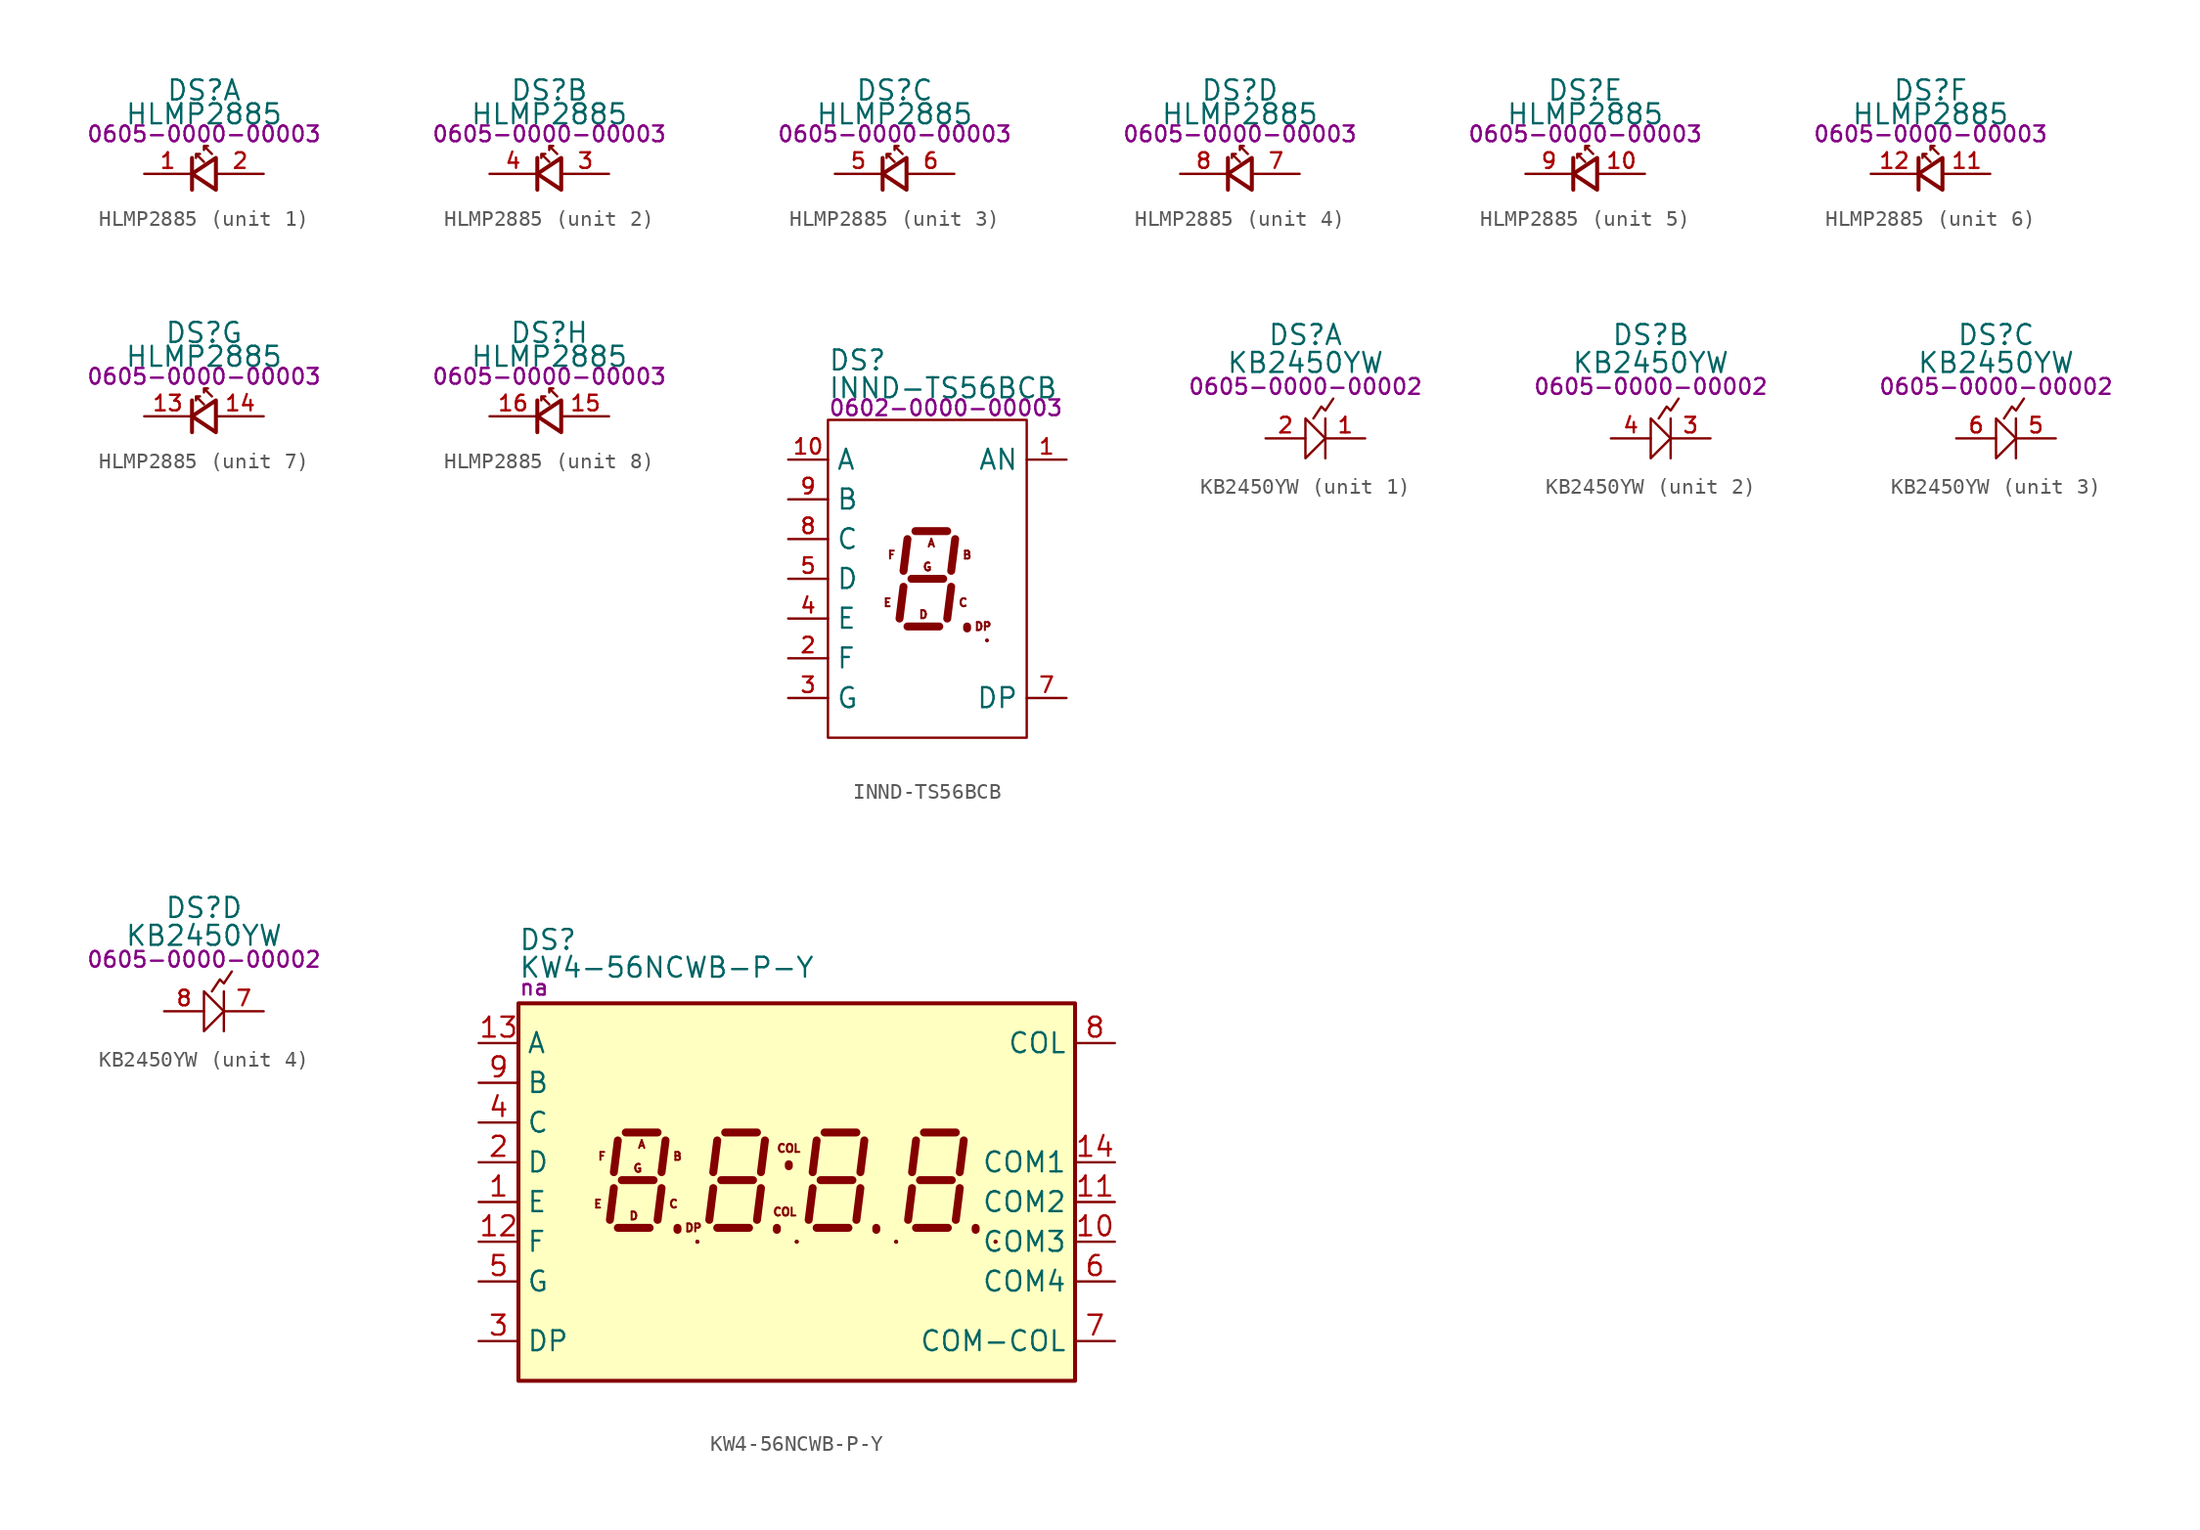
<source format=kicad_sym>
(kicad_symbol_lib
  (version 20231120)
  (generator "kicad_symbol_editor")
  (generator_version "8.0")
  (symbol "HLMP2885"
    (pin_names hide)
    (property "Reference" "DS"
      (at 1.27 5.334 0)
      (effects (font (size 1.27 1.27))))
    (property "Value" "HLMP2885"
      (at 1.27 3.81 0)
      (effects (font (size 1.27 1.27))))
    (property "PartNumber" "0605-0000-00003"
      (at 1.27 2.54 0)
      (effects (font (size 1 1))))
    (property "ki_locked" ""
      (at 0 0 0)
      (effects (font (size 1.27 1.27))))
    (symbol "HLMP2885_0_1"
      (polyline (pts (xy 0.508 -1.016) (xy 0.508 1.016)) (stroke (width 0.254) (type default)) (fill (type none)))
      (polyline (pts (xy 2.032 -1.016) (xy 0.508 0) (xy 2.032 1.016) (xy 2.032 -1.016)) (stroke (width 0.254) (type default)) (fill (type none)))
      (polyline (pts (xy 1.27 0.762) (xy 0.762 1.27) (xy 1.016 1.27) (xy 0.762 1.27) (xy 0.762 1.016)) (stroke (width 0) (type default)) (fill (type none)))
      (polyline (pts (xy 1.778 1.27) (xy 1.27 1.778) (xy 1.524 1.778) (xy 1.27 1.778) (xy 1.27 1.524)) (stroke (width 0) (type default)) (fill (type none))))
    (symbol "HLMP2885_1_0"
      (pin passive line (at -2.54 0 0) (length 3) (name "1K" (effects (font (size 1.27 1.27)))) (number "1" (effects (font (size 0.991 0.991)))))
      (pin passive line (at 5.08 0 180) (length 3) (name "1A" (effects (font (size 1.27 1.27)))) (number "2" (effects (font (size 0.991 0.991))))))
    (symbol "HLMP2885_2_0"
      (pin passive line (at 5.08 0 180) (length 3) (name "2A" (effects (font (size 1.27 1.27)))) (number "3" (effects (font (size 0.991 0.991)))))
      (pin passive line (at -2.54 0 0) (length 3) (name "2K" (effects (font (size 1.27 1.27)))) (number "4" (effects (font (size 0.991 0.991))))))
    (symbol "HLMP2885_3_0"
      (pin passive line (at -2.54 0 0) (length 3) (name "3K" (effects (font (size 1.27 1.27)))) (number "5" (effects (font (size 0.991 0.991)))))
      (pin passive line (at 5.08 0 180) (length 3) (name "3A" (effects (font (size 1.27 1.27)))) (number "6" (effects (font (size 0.991 0.991))))))
    (symbol "HLMP2885_4_0"
      (pin passive line (at 5.08 0 180) (length 3) (name "4A" (effects (font (size 1.27 1.27)))) (number "7" (effects (font (size 0.991 0.991)))))
      (pin passive line (at -2.54 0 0) (length 3) (name "4K" (effects (font (size 1.27 1.27)))) (number "8" (effects (font (size 0.991 0.991))))))
    (symbol "HLMP2885_5_0"
      (pin passive line (at 5.08 0 180) (length 3) (name "5A" (effects (font (size 1.27 1.27)))) (number "10" (effects (font (size 0.991 0.991)))))
      (pin passive line (at -2.54 0 0) (length 3) (name "5K" (effects (font (size 1.27 1.27)))) (number "9" (effects (font (size 0.991 0.991))))))
    (symbol "HLMP2885_6_0"
      (pin passive line (at 5.08 0 180) (length 3) (name "6A" (effects (font (size 1.27 1.27)))) (number "11" (effects (font (size 0.991 0.991)))))
      (pin passive line (at -2.54 0 0) (length 3) (name "6K" (effects (font (size 1.27 1.27)))) (number "12" (effects (font (size 0.991 0.991))))))
    (symbol "HLMP2885_7_0"
      (pin passive line (at -2.54 0 0) (length 3) (name "7K" (effects (font (size 1.27 1.27)))) (number "13" (effects (font (size 0.991 0.991)))))
      (pin passive line (at 5.08 0 180) (length 3) (name "7A" (effects (font (size 1.27 1.27)))) (number "14" (effects (font (size 0.991 0.991))))))
    (symbol "HLMP2885_8_0"
      (pin passive line (at 5.08 0 180) (length 3) (name "8A" (effects (font (size 1.27 1.27)))) (number "15" (effects (font (size 0.991 0.991)))))
      (pin passive line (at -2.54 0 0) (length 3) (name "8K" (effects (font (size 1.27 1.27)))) (number "16" (effects (font (size 0.991 0.991)))))))
  (symbol "INND-TS56BCB"
    (property "Reference" "DS"
      (at 0 3.81 0)
      (effects (font (size 1.27 1.27)) (justify left)))
    (property "Value" "INND-TS56BCB"
      (at 0 2.032 0)
      (effects (font (size 1.27 1.27)) (justify left)))
    (property "PartNumber" "0602-0000-00003"
      (at 0 0.762 0)
      (effects (font (size 1 1)) (justify left)))
    (symbol "INND-TS56BCB_0_0"
      (pin power_in line (at 15.24 -2.54 180) (length 2.54) (name "AN" (effects (font (size 1.27 1.27)))) (number "1" (effects (font (size 0.991 0.991)))))
      (pin input line (at -2.54 -2.54 0) (length 2.54) (name "A" (effects (font (size 1.27 1.27)))) (number "10" (effects (font (size 0.991 0.991)))))
      (pin input line (at -2.54 -15.24 0) (length 2.54) (name "F" (effects (font (size 1.27 1.27)))) (number "2" (effects (font (size 0.991 0.991)))))
      (pin input line (at -2.54 -17.78 0) (length 2.54) (name "G" (effects (font (size 1.27 1.27)))) (number "3" (effects (font (size 0.991 0.991)))))
      (pin input line (at -2.54 -12.7 0) (length 2.54) (name "E" (effects (font (size 1.27 1.27)))) (number "4" (effects (font (size 0.991 0.991)))))
      (pin input line (at -2.54 -10.16 0) (length 2.54) (name "D" (effects (font (size 1.27 1.27)))) (number "5" (effects (font (size 0.991 0.991)))))
      (pin power_in line (at 15.24 -2.54 180) (length 2.54) hide (name "AN" (effects (font (size 1.27 1.27)))) (number "6" (effects (font (size 0.991 0.991)))))
      (pin input line (at 15.24 -17.78 180) (length 2.54) (name "DP" (effects (font (size 1.27 1.27)))) (number "7" (effects (font (size 0.991 0.991)))))
      (pin input line (at -2.54 -7.62 0) (length 2.54) (name "C" (effects (font (size 1.27 1.27)))) (number "8" (effects (font (size 0.991 0.991)))))
      (pin input line (at -2.54 -5.08 0) (length 2.54) (name "B" (effects (font (size 1.27 1.27)))) (number "9" (effects (font (size 0.991 0.991))))))
    (symbol "INND-TS56BCB_0_1"
      (polyline (pts (xy 10.16 -14.097) (xy 10.16 -14.097)) (stroke (width 0.254) (type default)) (fill (type none)))
      (rectangle (start 0 0) (end 12.7 -20.32) (stroke (width 0) (type default)) (fill (type none))))
    (symbol "INND-TS56BCB_1_0"
      (text "A" (at 6.604 -7.874 0) (effects (font (size 0.508 0.508))))
      (text "B" (at 8.89 -8.636 0) (effects (font (size 0.508 0.508))))
      (text "C" (at 8.636 -11.684 0) (effects (font (size 0.508 0.508))))
      (text "D" (at 6.096 -12.446 0) (effects (font (size 0.508 0.508))))
      (text "DP" (at 9.906 -13.208 0) (effects (font (size 0.508 0.508))))
      (text "E" (at 3.81 -11.684 0) (effects (font (size 0.508 0.508))))
      (text "F" (at 4.064 -8.636 0) (effects (font (size 0.508 0.508))))
      (text "G" (at 6.35 -9.398 0) (effects (font (size 0.508 0.508)))))
    (symbol "INND-TS56BCB_1_1"
      (polyline (pts (xy 4.826 -10.668) (xy 4.572 -12.7)) (stroke (width 0.508) (type default)) (fill (type none)))
      (polyline (pts (xy 5.08 -13.208) (xy 7.112 -13.208)) (stroke (width 0.508) (type default)) (fill (type none)))
      (polyline (pts (xy 5.08 -7.62) (xy 4.826 -9.652)) (stroke (width 0.508) (type default)) (fill (type none)))
      (polyline (pts (xy 5.334 -10.16) (xy 7.366 -10.16)) (stroke (width 0.508) (type default)) (fill (type none)))
      (polyline (pts (xy 5.588 -7.112) (xy 7.62 -7.112)) (stroke (width 0.508) (type default)) (fill (type none)))
      (polyline (pts (xy 7.874 -10.668) (xy 7.62 -12.7)) (stroke (width 0.508) (type default)) (fill (type none)))
      (polyline (pts (xy 8.128 -7.62) (xy 7.874 -9.652)) (stroke (width 0.508) (type default)) (fill (type none)))
      (polyline (pts (xy 8.89 -13.335) (xy 8.89 -13.208)) (stroke (width 0.508) (type default)) (fill (type none)))))
  (symbol "KB2450YW"
    (property "Reference" "DS"
      (at 0 6.604 0)
      (effects (font (size 1.27 1.27))))
    (property "Value" "KB2450YW"
      (at 0 4.826 0)
      (effects (font (size 1.27 1.27))))
    (property "PartNumber" "0605-0000-00002"
      (at 0 3.302 0)
      (effects (font (size 1 1))))
    (property "ki_locked" ""
      (at 0 0 0)
      (effects (font (size 1.27 1.27))))
    (symbol "KB2450YW_1_0"
      (pin passive line (at 3.81 0 180) (length 2.54) (name "1K" (effects (font (size 0 0)))) (number "1" (effects (font (size 0.991 0.991)))))
      (pin passive line (at -2.54 0 0) (length 2.54) (name "1A" (effects (font (size 0 0)))) (number "2" (effects (font (size 0.991 0.991))))))
    (symbol "KB2450YW_1_1"
      (polyline (pts (xy 1.27 1.27) (xy 1.27 -1.27)) (stroke (width 0) (type default)) (fill (type none)))
      (polyline (pts (xy 0 1.27) (xy 0 -1.27) (xy 1.27 0) (xy 0 1.27)) (stroke (width 0) (type default)) (fill (type none)))
      (polyline (pts (xy 0.508 1.27) (xy 1.016 2.032) (xy 1.27 1.778) (xy 1.778 2.54)) (stroke (width 0) (type default)) (fill (type none))))
    (symbol "KB2450YW_2_0"
      (pin passive line (at 3.81 0 180) (length 2.54) (name "2K" (effects (font (size 0 0)))) (number "3" (effects (font (size 0.991 0.991)))))
      (pin passive line (at -2.54 0 0) (length 2.54) (name "2A" (effects (font (size 0 0)))) (number "4" (effects (font (size 0.991 0.991))))))
    (symbol "KB2450YW_2_1"
      (polyline (pts (xy 1.27 1.27) (xy 1.27 -1.27)) (stroke (width 0) (type default)) (fill (type none)))
      (polyline (pts (xy 0 1.27) (xy 0 -1.27) (xy 1.27 0) (xy 0 1.27)) (stroke (width 0) (type default)) (fill (type none)))
      (polyline (pts (xy 0.508 1.27) (xy 1.016 2.032) (xy 1.27 1.778) (xy 1.778 2.54)) (stroke (width 0) (type default)) (fill (type none))))
    (symbol "KB2450YW_3_0"
      (pin passive line (at 3.81 0 180) (length 2.54) (name "3K" (effects (font (size 0 0)))) (number "5" (effects (font (size 0.991 0.991)))))
      (pin passive line (at -2.54 0 0) (length 2.54) (name "3A" (effects (font (size 0 0)))) (number "6" (effects (font (size 0.991 0.991))))))
    (symbol "KB2450YW_3_1"
      (polyline (pts (xy 1.27 1.27) (xy 1.27 -1.27)) (stroke (width 0) (type default)) (fill (type none)))
      (polyline (pts (xy 0 1.27) (xy 0 -1.27) (xy 1.27 0) (xy 0 1.27)) (stroke (width 0) (type default)) (fill (type none)))
      (polyline (pts (xy 0.508 1.27) (xy 1.016 2.032) (xy 1.27 1.778) (xy 1.778 2.54)) (stroke (width 0) (type default)) (fill (type none))))
    (symbol "KB2450YW_4_0"
      (pin passive line (at 3.81 0 180) (length 2.54) (name "4K" (effects (font (size 0 0)))) (number "7" (effects (font (size 0.991 0.991)))))
      (pin passive line (at -2.54 0 0) (length 2.54) (name "4A" (effects (font (size 0 0)))) (number "8" (effects (font (size 0.991 0.991))))))
    (symbol "KB2450YW_4_1"
      (polyline (pts (xy 1.27 1.27) (xy 1.27 -1.27)) (stroke (width 0) (type default)) (fill (type none)))
      (polyline (pts (xy 0 1.27) (xy 0 -1.27) (xy 1.27 0) (xy 0 1.27)) (stroke (width 0) (type default)) (fill (type none)))
      (polyline (pts (xy 0.508 1.27) (xy 1.016 2.032) (xy 1.27 1.778) (xy 1.778 2.54)) (stroke (width 0) (type default)) (fill (type none)))))
  (symbol "KW4-56NCWB-P-Y"
    (property "Reference" "DS"
      (at -17.78 15.494 0)
      (effects (font (size 1.27 1.27)) (justify left)))
    (property "Value" "KW4-56NCWB-P-Y"
      (at -17.78 13.716 0)
      (effects (font (size 1.27 1.27)) (justify left)))
    (property "PartNumber" "na"
      (at -17.78 12.446 0)
      (effects (font (size 1 1)) (justify left)))
    (symbol "KW4-56NCWB-P-Y_0_0"
      (pin input line (at 20.32 -3.81 180) (length 2.54) (name "COM3" (effects (font (size 1.27 1.27)))) (number "10" (effects (font (size 1.27 1.27)))))
      (pin input line (at -20.32 -3.81 0) (length 2.54) (name "F" (effects (font (size 1.27 1.27)))) (number "12" (effects (font (size 1.27 1.27)))))
      (pin input line (at -20.32 8.89 0) (length 2.54) (name "A" (effects (font (size 1.27 1.27)))) (number "13" (effects (font (size 1.27 1.27))))))
    (symbol "KW4-56NCWB-P-Y_0_1"
      (rectangle (start -17.78 11.43) (end 17.78 -12.7) (stroke (width 0.254) (type default)) (fill (type background)))
      (rectangle (start -6.35 -3.81) (end -6.35 -3.81) (stroke (width 0.254) (type default)) (fill (type none)))
      (rectangle (start 0 -3.81) (end 0 -3.81) (stroke (width 0.254) (type default)) (fill (type none)))
      (polyline (pts (xy -6.35 -3.81) (xy -6.35 -3.81)) (stroke (width 0.254) (type default)) (fill (type none)))
      (polyline (pts (xy 0 -3.81) (xy 0 -3.81)) (stroke (width 0.254) (type default)) (fill (type none)))
      (polyline (pts (xy 6.35 -3.81) (xy 6.35 -3.81)) (stroke (width 0.254) (type default)) (fill (type none)))
      (polyline (pts (xy 12.7 -3.81) (xy 12.7 -3.81)) (stroke (width 0.254) (type default)) (fill (type none)))
      (rectangle (start 6.35 -3.81) (end 6.35 -3.81) (stroke (width 0.254) (type default)) (fill (type none)))
      (rectangle (start 12.7 -3.81) (end 12.7 -3.81) (stroke (width 0.254) (type default)) (fill (type none))))
    (symbol "KW4-56NCWB-P-Y_1_0"
      (text "A" (at -9.906 2.413 0) (effects (font (size 0.508 0.508))))
      (text "B" (at -7.62 1.651 0) (effects (font (size 0.508 0.508))))
      (text "C" (at -7.874 -1.397 0) (effects (font (size 0.508 0.508))))
      (text "COL" (at -0.762 -1.905 0) (effects (font (size 0.508 0.508))))
      (text "COL" (at -0.508 2.159 0) (effects (font (size 0.508 0.508))))
      (text "D" (at -10.414 -2.159 0) (effects (font (size 0.508 0.508))))
      (text "DP" (at -6.604 -2.921 0) (effects (font (size 0.508 0.508))))
      (text "E" (at -12.7 -1.397 0) (effects (font (size 0.508 0.508))))
      (text "F" (at -12.446 1.651 0) (effects (font (size 0.508 0.508))))
      (text "G" (at -10.16 0.889 0) (effects (font (size 0.508 0.508)))))
    (symbol "KW4-56NCWB-P-Y_1_1"
      (polyline (pts (xy -11.684 -0.381) (xy -11.938 -2.413)) (stroke (width 0.508) (type default)) (fill (type none)))
      (polyline (pts (xy -11.43 -2.921) (xy -9.398 -2.921)) (stroke (width 0.508) (type default)) (fill (type none)))
      (polyline (pts (xy -11.43 2.667) (xy -11.684 0.635)) (stroke (width 0.508) (type default)) (fill (type none)))
      (polyline (pts (xy -11.176 0.127) (xy -9.144 0.127)) (stroke (width 0.508) (type default)) (fill (type none)))
      (polyline (pts (xy -10.922 3.175) (xy -8.89 3.175)) (stroke (width 0.508) (type default)) (fill (type none)))
      (polyline (pts (xy -8.636 -0.381) (xy -8.89 -2.413)) (stroke (width 0.508) (type default)) (fill (type none)))
      (polyline (pts (xy -8.382 2.667) (xy -8.636 0.635)) (stroke (width 0.508) (type default)) (fill (type none)))
      (polyline (pts (xy -7.62 -3.048) (xy -7.62 -2.921)) (stroke (width 0.508) (type default)) (fill (type none)))
      (polyline (pts (xy -5.334 -0.381) (xy -5.588 -2.413)) (stroke (width 0.508) (type default)) (fill (type none)))
      (polyline (pts (xy -5.08 -2.921) (xy -3.048 -2.921)) (stroke (width 0.508) (type default)) (fill (type none)))
      (polyline (pts (xy -5.08 2.667) (xy -5.334 0.635)) (stroke (width 0.508) (type default)) (fill (type none)))
      (polyline (pts (xy -4.826 0.127) (xy -2.794 0.127)) (stroke (width 0.508) (type default)) (fill (type none)))
      (polyline (pts (xy -4.572 3.175) (xy -2.54 3.175)) (stroke (width 0.508) (type default)) (fill (type none)))
      (polyline (pts (xy -2.286 -0.381) (xy -2.54 -2.413)) (stroke (width 0.508) (type default)) (fill (type none)))
      (polyline (pts (xy -2.032 2.667) (xy -2.286 0.635)) (stroke (width 0.508) (type default)) (fill (type none)))
      (polyline (pts (xy -1.27 -3.048) (xy -1.27 -2.921)) (stroke (width 0.508) (type default)) (fill (type none)))
      (polyline (pts (xy -0.508 1.016) (xy -0.508 1.143)) (stroke (width 0.508) (type default)) (fill (type none)))
      (polyline (pts (xy 1.016 -0.381) (xy 0.762 -2.413)) (stroke (width 0.508) (type default)) (fill (type none)))
      (polyline (pts (xy 1.27 -2.921) (xy 3.302 -2.921)) (stroke (width 0.508) (type default)) (fill (type none)))
      (polyline (pts (xy 1.27 2.667) (xy 1.016 0.635)) (stroke (width 0.508) (type default)) (fill (type none)))
      (polyline (pts (xy 1.524 0.127) (xy 3.556 0.127)) (stroke (width 0.508) (type default)) (fill (type none)))
      (polyline (pts (xy 1.778 3.175) (xy 3.81 3.175)) (stroke (width 0.508) (type default)) (fill (type none)))
      (polyline (pts (xy 4.064 -0.381) (xy 3.81 -2.413)) (stroke (width 0.508) (type default)) (fill (type none)))
      (polyline (pts (xy 4.318 2.667) (xy 4.064 0.635)) (stroke (width 0.508) (type default)) (fill (type none)))
      (polyline (pts (xy 5.08 -3.048) (xy 5.08 -2.921)) (stroke (width 0.508) (type default)) (fill (type none)))
      (polyline (pts (xy 7.366 -0.381) (xy 7.112 -2.413)) (stroke (width 0.508) (type default)) (fill (type none)))
      (polyline (pts (xy 7.62 -2.921) (xy 9.652 -2.921)) (stroke (width 0.508) (type default)) (fill (type none)))
      (polyline (pts (xy 7.62 2.667) (xy 7.366 0.635)) (stroke (width 0.508) (type default)) (fill (type none)))
      (polyline (pts (xy 7.874 0.127) (xy 9.906 0.127)) (stroke (width 0.508) (type default)) (fill (type none)))
      (polyline (pts (xy 8.128 3.175) (xy 10.16 3.175)) (stroke (width 0.508) (type default)) (fill (type none)))
      (polyline (pts (xy 10.414 -0.381) (xy 10.16 -2.413)) (stroke (width 0.508) (type default)) (fill (type none)))
      (polyline (pts (xy 10.668 2.667) (xy 10.414 0.635)) (stroke (width 0.508) (type default)) (fill (type none)))
      (polyline (pts (xy 11.43 -3.048) (xy 11.43 -2.921)) (stroke (width 0.508) (type default)) (fill (type none)))
      (pin input line (at -20.32 -1.27 0) (length 2.54) (name "E" (effects (font (size 1.27 1.27)))) (number "1" (effects (font (size 1.27 1.27)))))
      (pin input line (at 20.32 -1.27 180) (length 2.54) (name "COM2" (effects (font (size 1.27 1.27)))) (number "11" (effects (font (size 1.27 1.27)))))
      (pin input line (at 20.32 1.27 180) (length 2.54) (name "COM1" (effects (font (size 1.27 1.27)))) (number "14" (effects (font (size 1.27 1.27)))))
      (pin input line (at -20.32 1.27 0) (length 2.54) (name "D" (effects (font (size 1.27 1.27)))) (number "2" (effects (font (size 1.27 1.27)))))
      (pin input line (at -20.32 -10.16 0) (length 2.54) (name "DP" (effects (font (size 1.27 1.27)))) (number "3" (effects (font (size 1.27 1.27)))))
      (pin input line (at -20.32 3.81 0) (length 2.54) (name "C" (effects (font (size 1.27 1.27)))) (number "4" (effects (font (size 1.27 1.27)))))
      (pin input line (at -20.32 -6.35 0) (length 2.54) (name "G" (effects (font (size 1.27 1.27)))) (number "5" (effects (font (size 1.27 1.27)))))
      (pin input line (at 20.32 -6.35 180) (length 2.54) (name "COM4" (effects (font (size 1.27 1.27)))) (number "6" (effects (font (size 1.27 1.27)))))
      (pin input line (at 20.32 -10.16 180) (length 2.54) (name "COM-COL" (effects (font (size 1.27 1.27)))) (number "7" (effects (font (size 1.27 1.27)))))
      (pin input line (at 20.32 8.89 180) (length 2.54) (name "COL" (effects (font (size 1.27 1.27)))) (number "8" (effects (font (size 1.27 1.27)))))
      (pin input line (at -20.32 6.35 0) (length 2.54) (name "B" (effects (font (size 1.27 1.27)))) (number "9" (effects (font (size 1.27 1.27))))))))
</source>
